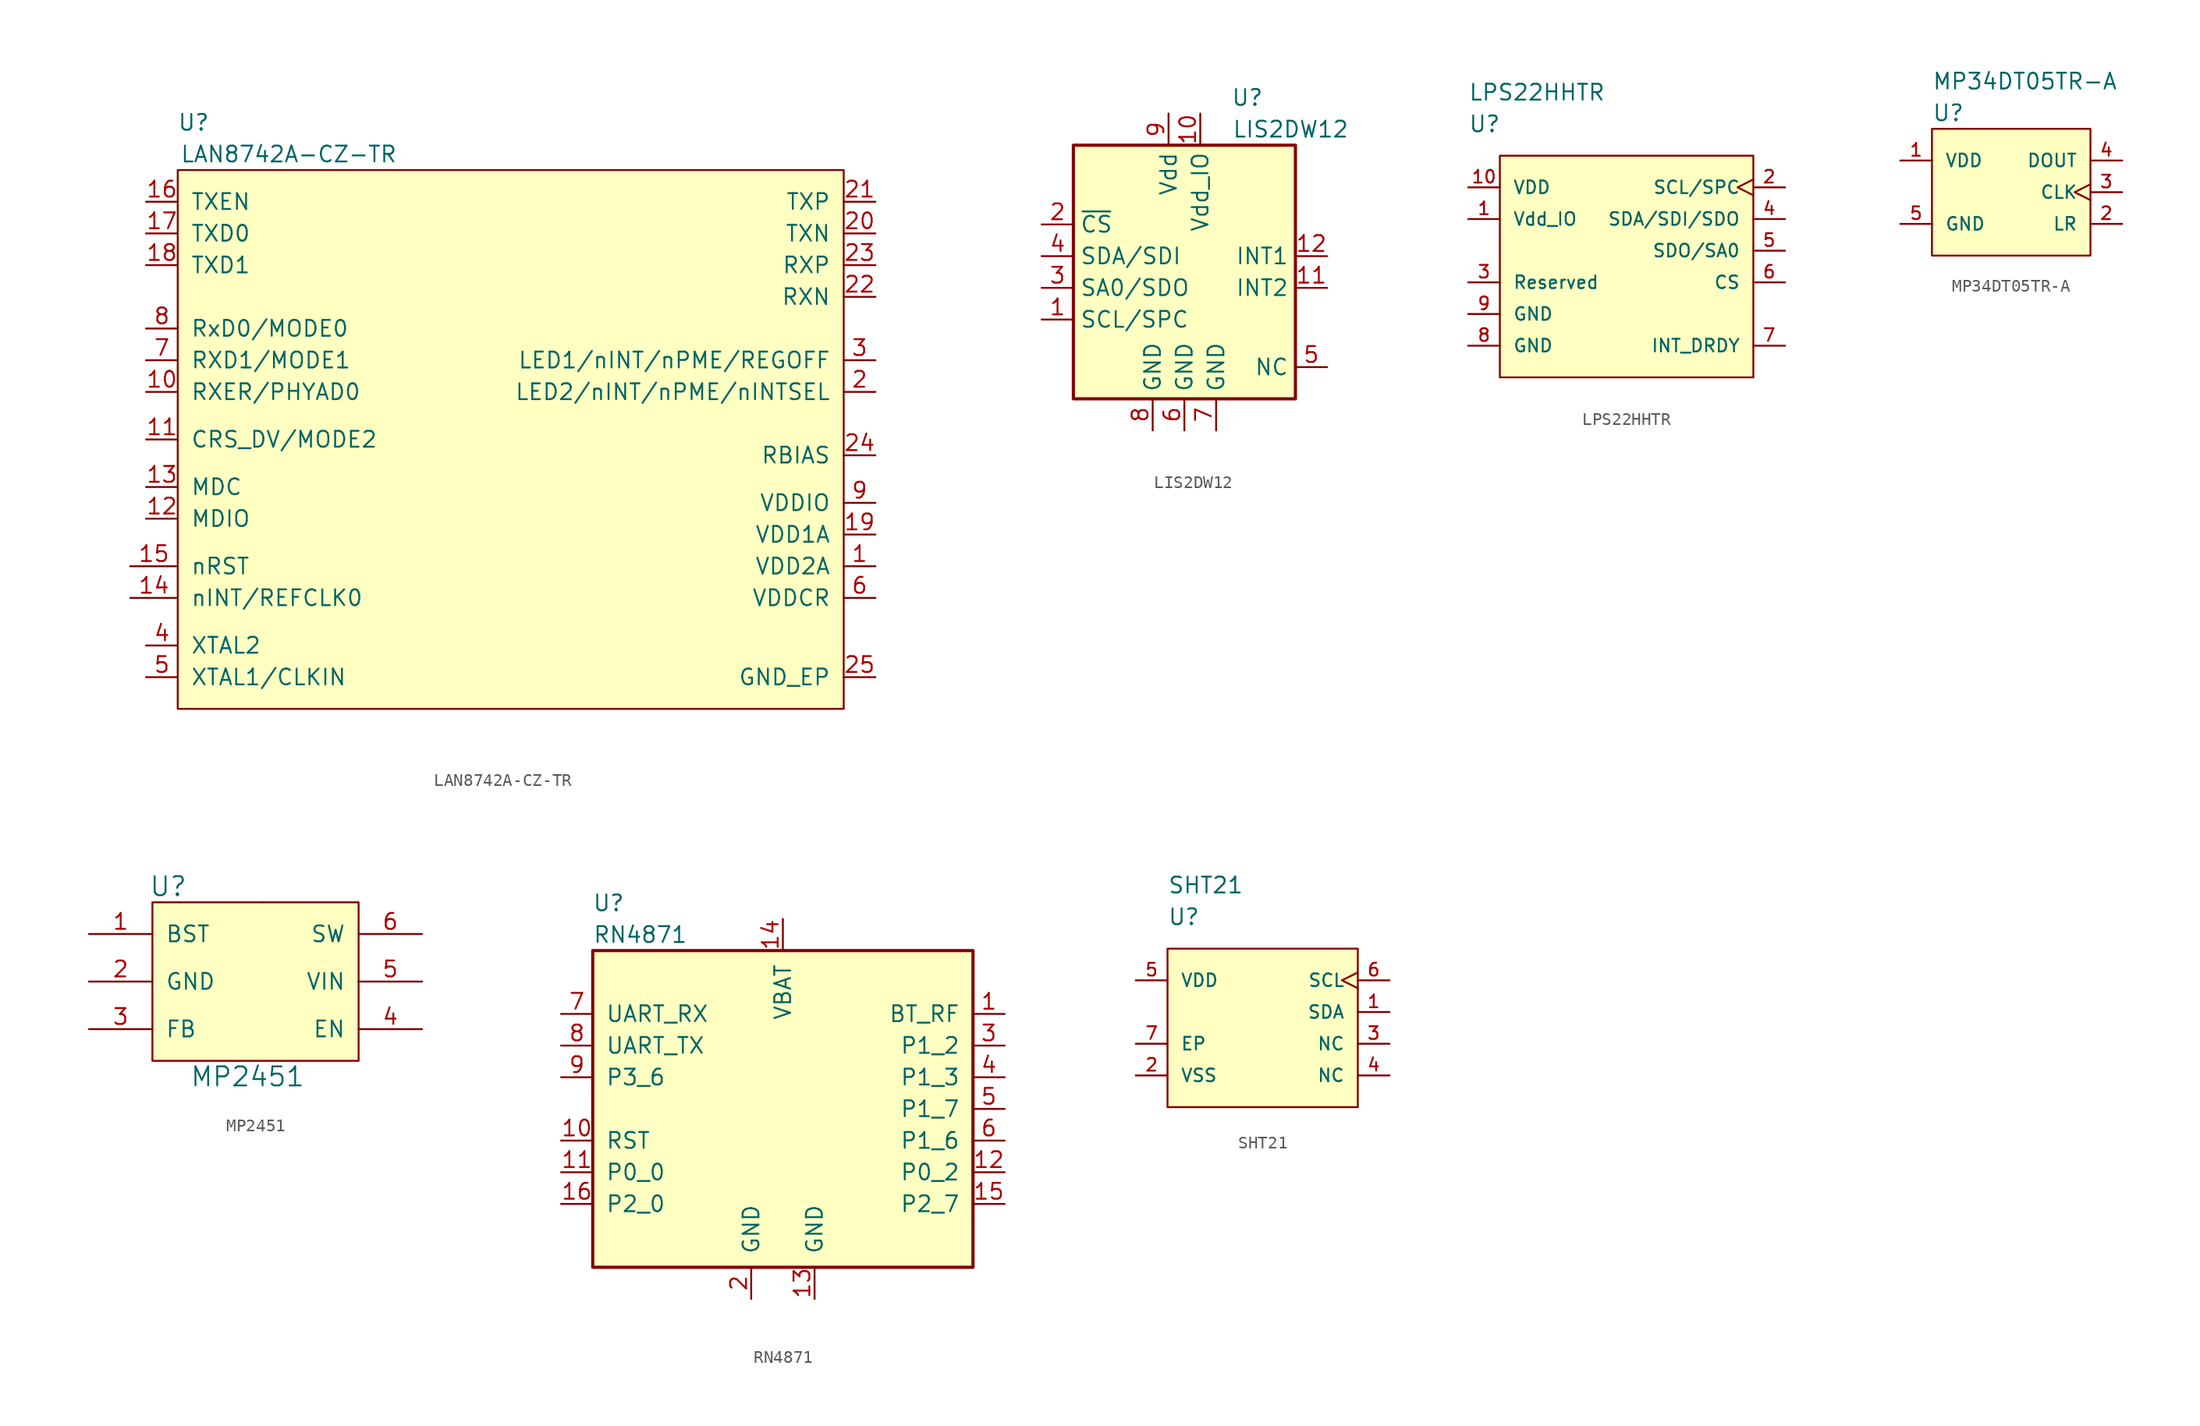
<source format=kicad_sym>
(kicad_symbol_lib
  (version 20211014)
  (generator kicad_symbol_editor)
  (symbol "LAN8742A-CZ-TR"
    (pin_names
      (offset 1.016))
    (property "Reference" "U"
      (at -26.67 22.86 0)
      (effects (font (size 1.27 1.27))))
    (property "Value" "LAN8742A-CZ-TR"
      (at -19.05 20.32 0)
      (effects (font (size 1.27 1.27))))
    (symbol "LAN8742A-CZ-TR_0_1"
      (rectangle (start -27.94 19.05) (end 25.4 -24.13) (stroke (width 0) (type default) (color 0 0 0 0)) (fill (type background))))
    (symbol "LAN8742A-CZ-TR_1_1"
      (pin input line (at 27.94 -12.7 180) (length 2.54) (name "VDD2A" (effects (font (size 1.27 1.27)))) (number "1" (effects (font (size 1.27 1.27)))))
      (pin input line (at -30.48 1.27 0) (length 2.54) (name "RXER/PHYAD0" (effects (font (size 1.27 1.27)))) (number "10" (effects (font (size 1.27 1.27)))))
      (pin input line (at -30.48 -2.54 0) (length 2.54) (name "CRS_DV/MODE2" (effects (font (size 1.27 1.27)))) (number "11" (effects (font (size 1.27 1.27)))))
      (pin input line (at -30.48 -8.89 0) (length 2.54) (name "MDIO" (effects (font (size 1.27 1.27)))) (number "12" (effects (font (size 1.27 1.27)))))
      (pin input line (at -30.48 -6.35 0) (length 2.54) (name "MDC" (effects (font (size 1.27 1.27)))) (number "13" (effects (font (size 1.27 1.27)))))
      (pin passive line (at -31.75 -15.24 0) (length 3.81) (name "nINT/REFCLK0" (effects (font (size 1.27 1.27)))) (number "14" (effects (font (size 1.27 1.27)))))
      (pin passive line (at -31.75 -12.7 0) (length 3.81) (name "nRST" (effects (font (size 1.27 1.27)))) (number "15" (effects (font (size 1.27 1.27)))))
      (pin input line (at -30.48 16.51 0) (length 2.54) (name "TXEN" (effects (font (size 1.27 1.27)))) (number "16" (effects (font (size 1.27 1.27)))))
      (pin input line (at -30.48 13.97 0) (length 2.54) (name "TXD0" (effects (font (size 1.27 1.27)))) (number "17" (effects (font (size 1.27 1.27)))))
      (pin input line (at -30.48 11.43 0) (length 2.54) (name "TXD1" (effects (font (size 1.27 1.27)))) (number "18" (effects (font (size 1.27 1.27)))))
      (pin input line (at 27.94 -10.16 180) (length 2.54) (name "VDD1A" (effects (font (size 1.27 1.27)))) (number "19" (effects (font (size 1.27 1.27)))))
      (pin input line (at 27.94 1.27 180) (length 2.54) (name "LED2/nINT/nPME/nINTSEL" (effects (font (size 1.27 1.27)))) (number "2" (effects (font (size 1.27 1.27)))))
      (pin input line (at 27.94 13.97 180) (length 2.54) (name "TXN" (effects (font (size 1.27 1.27)))) (number "20" (effects (font (size 1.27 1.27)))))
      (pin input line (at 27.94 16.51 180) (length 2.54) (name "TXP" (effects (font (size 1.27 1.27)))) (number "21" (effects (font (size 1.27 1.27)))))
      (pin input line (at 27.94 8.89 180) (length 2.54) (name "RXN" (effects (font (size 1.27 1.27)))) (number "22" (effects (font (size 1.27 1.27)))))
      (pin input line (at 27.94 11.43 180) (length 2.54) (name "RXP" (effects (font (size 1.27 1.27)))) (number "23" (effects (font (size 1.27 1.27)))))
      (pin input line (at 27.94 -3.81 180) (length 2.54) (name "RBIAS" (effects (font (size 1.27 1.27)))) (number "24" (effects (font (size 1.27 1.27)))))
      (pin input line (at 27.94 -21.59 180) (length 2.54) (name "GND_EP" (effects (font (size 1.27 1.27)))) (number "25" (effects (font (size 1.27 1.27)))))
      (pin input line (at 27.94 3.81 180) (length 2.54) (name "LED1/nINT/nPME/REGOFF" (effects (font (size 1.27 1.27)))) (number "3" (effects (font (size 1.27 1.27)))))
      (pin input line (at -30.48 -19.05 0) (length 2.54) (name "XTAL2" (effects (font (size 1.27 1.27)))) (number "4" (effects (font (size 1.27 1.27)))))
      (pin input line (at -30.48 -21.59 0) (length 2.54) (name "XTAL1/CLKIN" (effects (font (size 1.27 1.27)))) (number "5" (effects (font (size 1.27 1.27)))))
      (pin input line (at 27.94 -15.24 180) (length 2.54) (name "VDDCR" (effects (font (size 1.27 1.27)))) (number "6" (effects (font (size 1.27 1.27)))))
      (pin input line (at -30.48 3.81 0) (length 2.54) (name "RXD1/MODE1" (effects (font (size 1.27 1.27)))) (number "7" (effects (font (size 1.27 1.27)))))
      (pin input line (at -30.48 6.35 0) (length 2.54) (name "RxD0/MODE0" (effects (font (size 1.27 1.27)))) (number "8" (effects (font (size 1.27 1.27)))))
      (pin input line (at 27.94 -7.62 180) (length 2.54) (name "VDDIO" (effects (font (size 1.27 1.27)))) (number "9" (effects (font (size 1.27 1.27)))))))
  (symbol "LIS2DW12"
    (property "Reference" "U"
      (at 7.62 13.97 0)
      (effects (font (size 1.27 1.27)) (justify right)))
    (property "Value" "LIS2DW12"
      (at 5.08 11.43 0)
      (effects (font (size 1.27 1.27)) (justify left)))
    (symbol "LIS2DW12_1_1"
      (rectangle (start -7.62 10.16) (end 10.16 -10.16) (stroke (width 0.254) (type default) (color 0 0 0 0)) (fill (type background)))
      (pin input line (at -10.16 -3.81 0) (length 2.54) (name "SCL/SPC" (effects (font (size 1.27 1.27)))) (number "1" (effects (font (size 1.27 1.27)))))
      (pin power_in line (at 2.54 12.7 270) (length 2.54) (name "Vdd_IO" (effects (font (size 1.27 1.27)))) (number "10" (effects (font (size 1.27 1.27)))))
      (pin output line (at 12.7 -1.27 180) (length 2.54) (name "INT2" (effects (font (size 1.27 1.27)))) (number "11" (effects (font (size 1.27 1.27)))))
      (pin output line (at 12.7 1.27 180) (length 2.54) (name "INT1" (effects (font (size 1.27 1.27)))) (number "12" (effects (font (size 1.27 1.27)))))
      (pin input line (at -10.16 3.81 0) (length 2.54) (name "~{CS}" (effects (font (size 1.27 1.27)))) (number "2" (effects (font (size 1.27 1.27)))))
      (pin bidirectional line (at -10.16 -1.27 0) (length 2.54) (name "SA0/SDO" (effects (font (size 1.27 1.27)))) (number "3" (effects (font (size 1.27 1.27)))))
      (pin bidirectional line (at -10.16 1.27 0) (length 2.54) (name "SDA/SDI" (effects (font (size 1.27 1.27)))) (number "4" (effects (font (size 1.27 1.27)))))
      (pin power_in line (at 12.7 -7.62 180) (length 2.54) (name "NC" (effects (font (size 1.27 1.27)))) (number "5" (effects (font (size 1.27 1.27)))))
      (pin power_in line (at 1.27 -12.7 90) (length 2.54) (name "GND" (effects (font (size 1.27 1.27)))) (number "6" (effects (font (size 1.27 1.27)))))
      (pin power_in line (at 3.81 -12.7 90) (length 2.54) (name "GND" (effects (font (size 1.27 1.27)))) (number "7" (effects (font (size 1.27 1.27)))))
      (pin power_in line (at -1.27 -12.7 90) (length 2.54) (name "GND" (effects (font (size 1.27 1.27)))) (number "8" (effects (font (size 1.27 1.27)))))
      (pin power_in line (at 0 12.7 270) (length 2.54) (name "Vdd" (effects (font (size 1.27 1.27)))) (number "9" (effects (font (size 1.27 1.27)))))))
  (symbol "LPS22HHTR"
    (pin_names
      (offset 1.016))
    (property "Reference" "U"
      (at 0 5.08 0)
      (effects (font (size 1.27 1.27)) (justify left)))
    (property "Value" "LPS22HHTR"
      (at 0 7.62 0)
      (effects (font (size 1.27 1.27)) (justify left)))
    (symbol "LPS22HHTR_1_1"
      (rectangle (start 2.54 2.54) (end 22.86 -15.24) (stroke (width 0) (type default) (color 0 0 0 0)) (fill (type background)))
      (pin power_in line (at 0 -2.54 0) (length 2.54) (name "Vdd_IO" (effects (font (size 1.016 1.016)))) (number "1" (effects (font (size 1.016 1.016)))))
      (pin power_in line (at 0 0 0) (length 2.54) (name "VDD" (effects (font (size 1.016 1.016)))) (number "10" (effects (font (size 1.016 1.016)))))
      (pin input clock (at 25.4 0 180) (length 2.54) (name "SCL/SPC" (effects (font (size 1.016 1.016)))) (number "2" (effects (font (size 1.016 1.016)))))
      (pin passive line (at 0 -7.62 0) (length 2.54) (name "Reserved" (effects (font (size 1.016 1.016)))) (number "3" (effects (font (size 1.016 1.016)))))
      (pin bidirectional line (at 25.4 -2.54 180) (length 2.54) (name "SDA/SDI/SDO" (effects (font (size 1.016 1.016)))) (number "4" (effects (font (size 1.016 1.016)))))
      (pin output line (at 25.4 -5.08 180) (length 2.54) (name "SDO/SA0" (effects (font (size 1.016 1.016)))) (number "5" (effects (font (size 1.016 1.016)))))
      (pin input line (at 25.4 -7.62 180) (length 2.54) (name "CS" (effects (font (size 1.016 1.016)))) (number "6" (effects (font (size 1.016 1.016)))))
      (pin output line (at 25.4 -12.7 180) (length 2.54) (name "INT_DRDY" (effects (font (size 1.016 1.016)))) (number "7" (effects (font (size 1.016 1.016)))))
      (pin power_in line (at 0 -12.7 0) (length 2.54) (name "GND" (effects (font (size 1.016 1.016)))) (number "8" (effects (font (size 1.016 1.016)))))
      (pin power_in line (at 0 -10.16 0) (length 2.54) (name "GND" (effects (font (size 1.016 1.016)))) (number "9" (effects (font (size 1.016 1.016)))))))
  (symbol "MP34DT05TR-A"
    (pin_names
      (offset 1.016))
    (property "Reference" "U"
      (at 0 5.08 0)
      (effects (font (size 1.27 1.27)) (justify left)))
    (property "Value" "MP34DT05TR-A"
      (at 0 7.62 0)
      (effects (font (size 1.27 1.27)) (justify left)))
    (symbol "MP34DT05TR-A_1_1"
      (rectangle (start 0 3.81) (end 12.7 -6.35) (stroke (width 0) (type default) (color 0 0 0 0)) (fill (type background)))
      (pin power_in line (at -2.54 1.27 0) (length 2.54) (name "VDD" (effects (font (size 1.016 1.016)))) (number "1" (effects (font (size 1.016 1.016)))))
      (pin input line (at 15.24 -3.81 180) (length 2.54) (name "LR" (effects (font (size 1.016 1.016)))) (number "2" (effects (font (size 1.016 1.016)))))
      (pin input clock (at 15.24 -1.27 180) (length 2.54) (name "CLK" (effects (font (size 1.016 1.016)))) (number "3" (effects (font (size 1.016 1.016)))))
      (pin output line (at 15.24 1.27 180) (length 2.54) (name "DOUT" (effects (font (size 1.016 1.016)))) (number "4" (effects (font (size 1.016 1.016)))))
      (pin power_in line (at -2.54 -3.81 0) (length 2.54) (name "GND" (effects (font (size 1.016 1.016)))) (number "5" (effects (font (size 1.016 1.016)))))))
  (symbol "MP2451"
    (pin_names
      (offset 1.016))
    (property "Reference" "U"
      (at -15.24 13.97 0)
      (effects (font (size 1.524 1.524))))
    (property "Value" "MP2451"
      (at -8.89 -1.27 0)
      (effects (font (size 1.524 1.524))))
    (symbol "MP2451_0_1"
      (rectangle (start -16.51 12.7) (end 0 0) (stroke (width 0) (type default) (color 0 0 0 0)) (fill (type background)))
      (rectangle (start -7.62 12.7) (end -7.62 12.7) (stroke (width 0) (type default) (color 0 0 0 0)) (fill (type none))))
    (symbol "MP2451_1_1"
      (pin passive line (at -21.59 10.16 0) (length 5.08) (name "BST" (effects (font (size 1.27 1.27)))) (number "1" (effects (font (size 1.27 1.27)))))
      (pin passive line (at -21.59 6.35 0) (length 5.08) (name "GND" (effects (font (size 1.27 1.27)))) (number "2" (effects (font (size 1.27 1.27)))))
      (pin passive line (at -21.59 2.54 0) (length 5.08) (name "FB" (effects (font (size 1.27 1.27)))) (number "3" (effects (font (size 1.27 1.27)))))
      (pin passive line (at 5.08 2.54 180) (length 5.08) (name "EN" (effects (font (size 1.27 1.27)))) (number "4" (effects (font (size 1.27 1.27)))))
      (pin passive line (at 5.08 6.35 180) (length 5.08) (name "VIN" (effects (font (size 1.27 1.27)))) (number "5" (effects (font (size 1.27 1.27)))))
      (pin passive line (at 5.08 10.16 180) (length 5.08) (name "SW" (effects (font (size 1.27 1.27)))) (number "6" (effects (font (size 1.27 1.27)))))))
  (symbol "RN4871"
    (pin_names
      (offset 1.016))
    (property "Reference" "U"
      (at -2.54 2.54 0)
      (effects (font (size 1.27 1.27))))
    (property "Value" "RN4871"
      (at 0 0 0)
      (effects (font (size 1.27 1.27))))
    (symbol "RN4871_1_1"
      (rectangle (start -3.81 -1.27) (end 26.67 -26.67) (stroke (width 0.254) (type default) (color 0 0 0 0)) (fill (type background)))
      (pin output line (at 29.21 -6.35 180) (length 2.54) (name "BT_RF" (effects (font (size 1.27 1.27)))) (number "1" (effects (font (size 1.27 1.27)))))
      (pin input line (at -6.35 -16.51 0) (length 2.54) (name "RST" (effects (font (size 1.27 1.27)))) (number "10" (effects (font (size 1.27 1.27)))))
      (pin bidirectional line (at -6.35 -19.05 0) (length 2.54) (name "P0_0" (effects (font (size 1.27 1.27)))) (number "11" (effects (font (size 1.27 1.27)))))
      (pin bidirectional line (at 29.21 -19.05 180) (length 2.54) (name "P0_2" (effects (font (size 1.27 1.27)))) (number "12" (effects (font (size 1.27 1.27)))))
      (pin power_in line (at 13.97 -29.21 90) (length 2.54) (name "GND" (effects (font (size 1.27 1.27)))) (number "13" (effects (font (size 1.27 1.27)))))
      (pin power_in line (at 11.43 1.27 270) (length 2.54) (name "VBAT" (effects (font (size 1.27 1.27)))) (number "14" (effects (font (size 1.27 1.27)))))
      (pin bidirectional line (at 29.21 -21.59 180) (length 2.54) (name "P2_7" (effects (font (size 1.27 1.27)))) (number "15" (effects (font (size 1.27 1.27)))))
      (pin input line (at -6.35 -21.59 0) (length 2.54) (name "P2_0" (effects (font (size 1.27 1.27)))) (number "16" (effects (font (size 1.27 1.27)))))
      (pin power_in line (at 8.89 -29.21 90) (length 2.54) (name "GND" (effects (font (size 1.27 1.27)))) (number "2" (effects (font (size 1.27 1.27)))))
      (pin bidirectional line (at 29.21 -8.89 180) (length 2.54) (name "P1_2" (effects (font (size 1.27 1.27)))) (number "3" (effects (font (size 1.27 1.27)))))
      (pin bidirectional line (at 29.21 -11.43 180) (length 2.54) (name "P1_3" (effects (font (size 1.27 1.27)))) (number "4" (effects (font (size 1.27 1.27)))))
      (pin bidirectional line (at 29.21 -13.97 180) (length 2.54) (name "P1_7" (effects (font (size 1.27 1.27)))) (number "5" (effects (font (size 1.27 1.27)))))
      (pin bidirectional line (at 29.21 -16.51 180) (length 2.54) (name "P1_6" (effects (font (size 1.27 1.27)))) (number "6" (effects (font (size 1.27 1.27)))))
      (pin input line (at -6.35 -6.35 0) (length 2.54) (name "UART_RX" (effects (font (size 1.27 1.27)))) (number "7" (effects (font (size 1.27 1.27)))))
      (pin output line (at -6.35 -8.89 0) (length 2.54) (name "UART_TX" (effects (font (size 1.27 1.27)))) (number "8" (effects (font (size 1.27 1.27)))))
      (pin bidirectional line (at -6.35 -11.43 0) (length 2.54) (name "P3_6" (effects (font (size 1.27 1.27)))) (number "9" (effects (font (size 1.27 1.27)))))))
  (symbol "SHT21"
    (pin_names
      (offset 1.016))
    (property "Reference" "U"
      (at 0 5.08 0)
      (effects (font (size 1.27 1.27)) (justify left)))
    (property "Value" "SHT21"
      (at 0 7.62 0)
      (effects (font (size 1.27 1.27)) (justify left)))
    (symbol "SHT21_1_1"
      (rectangle (start 0 2.54) (end 15.24 -10.16) (stroke (width 0) (type default) (color 0 0 0 0)) (fill (type background)))
      (pin bidirectional line (at 17.78 -2.54 180) (length 2.54) (name "SDA" (effects (font (size 1.016 1.016)))) (number "1" (effects (font (size 1.016 1.016)))))
      (pin power_in line (at -2.54 -7.62 0) (length 2.54) (name "VSS" (effects (font (size 1.016 1.016)))) (number "2" (effects (font (size 1.016 1.016)))))
      (pin passive line (at 17.78 -5.08 180) (length 2.54) (name "NC" (effects (font (size 1.016 1.016)))) (number "3" (effects (font (size 1.016 1.016)))))
      (pin passive line (at 17.78 -7.62 180) (length 2.54) (name "NC" (effects (font (size 1.016 1.016)))) (number "4" (effects (font (size 1.016 1.016)))))
      (pin power_in line (at -2.54 0 0) (length 2.54) (name "VDD" (effects (font (size 1.016 1.016)))) (number "5" (effects (font (size 1.016 1.016)))))
      (pin bidirectional clock (at 17.78 0 180) (length 2.54) (name "SCL" (effects (font (size 1.016 1.016)))) (number "6" (effects (font (size 1.016 1.016)))))
      (pin power_in line (at -2.54 -5.08 0) (length 2.54) (name "EP" (effects (font (size 1.016 1.016)))) (number "7" (effects (font (size 1.016 1.016))))))))
</source>
